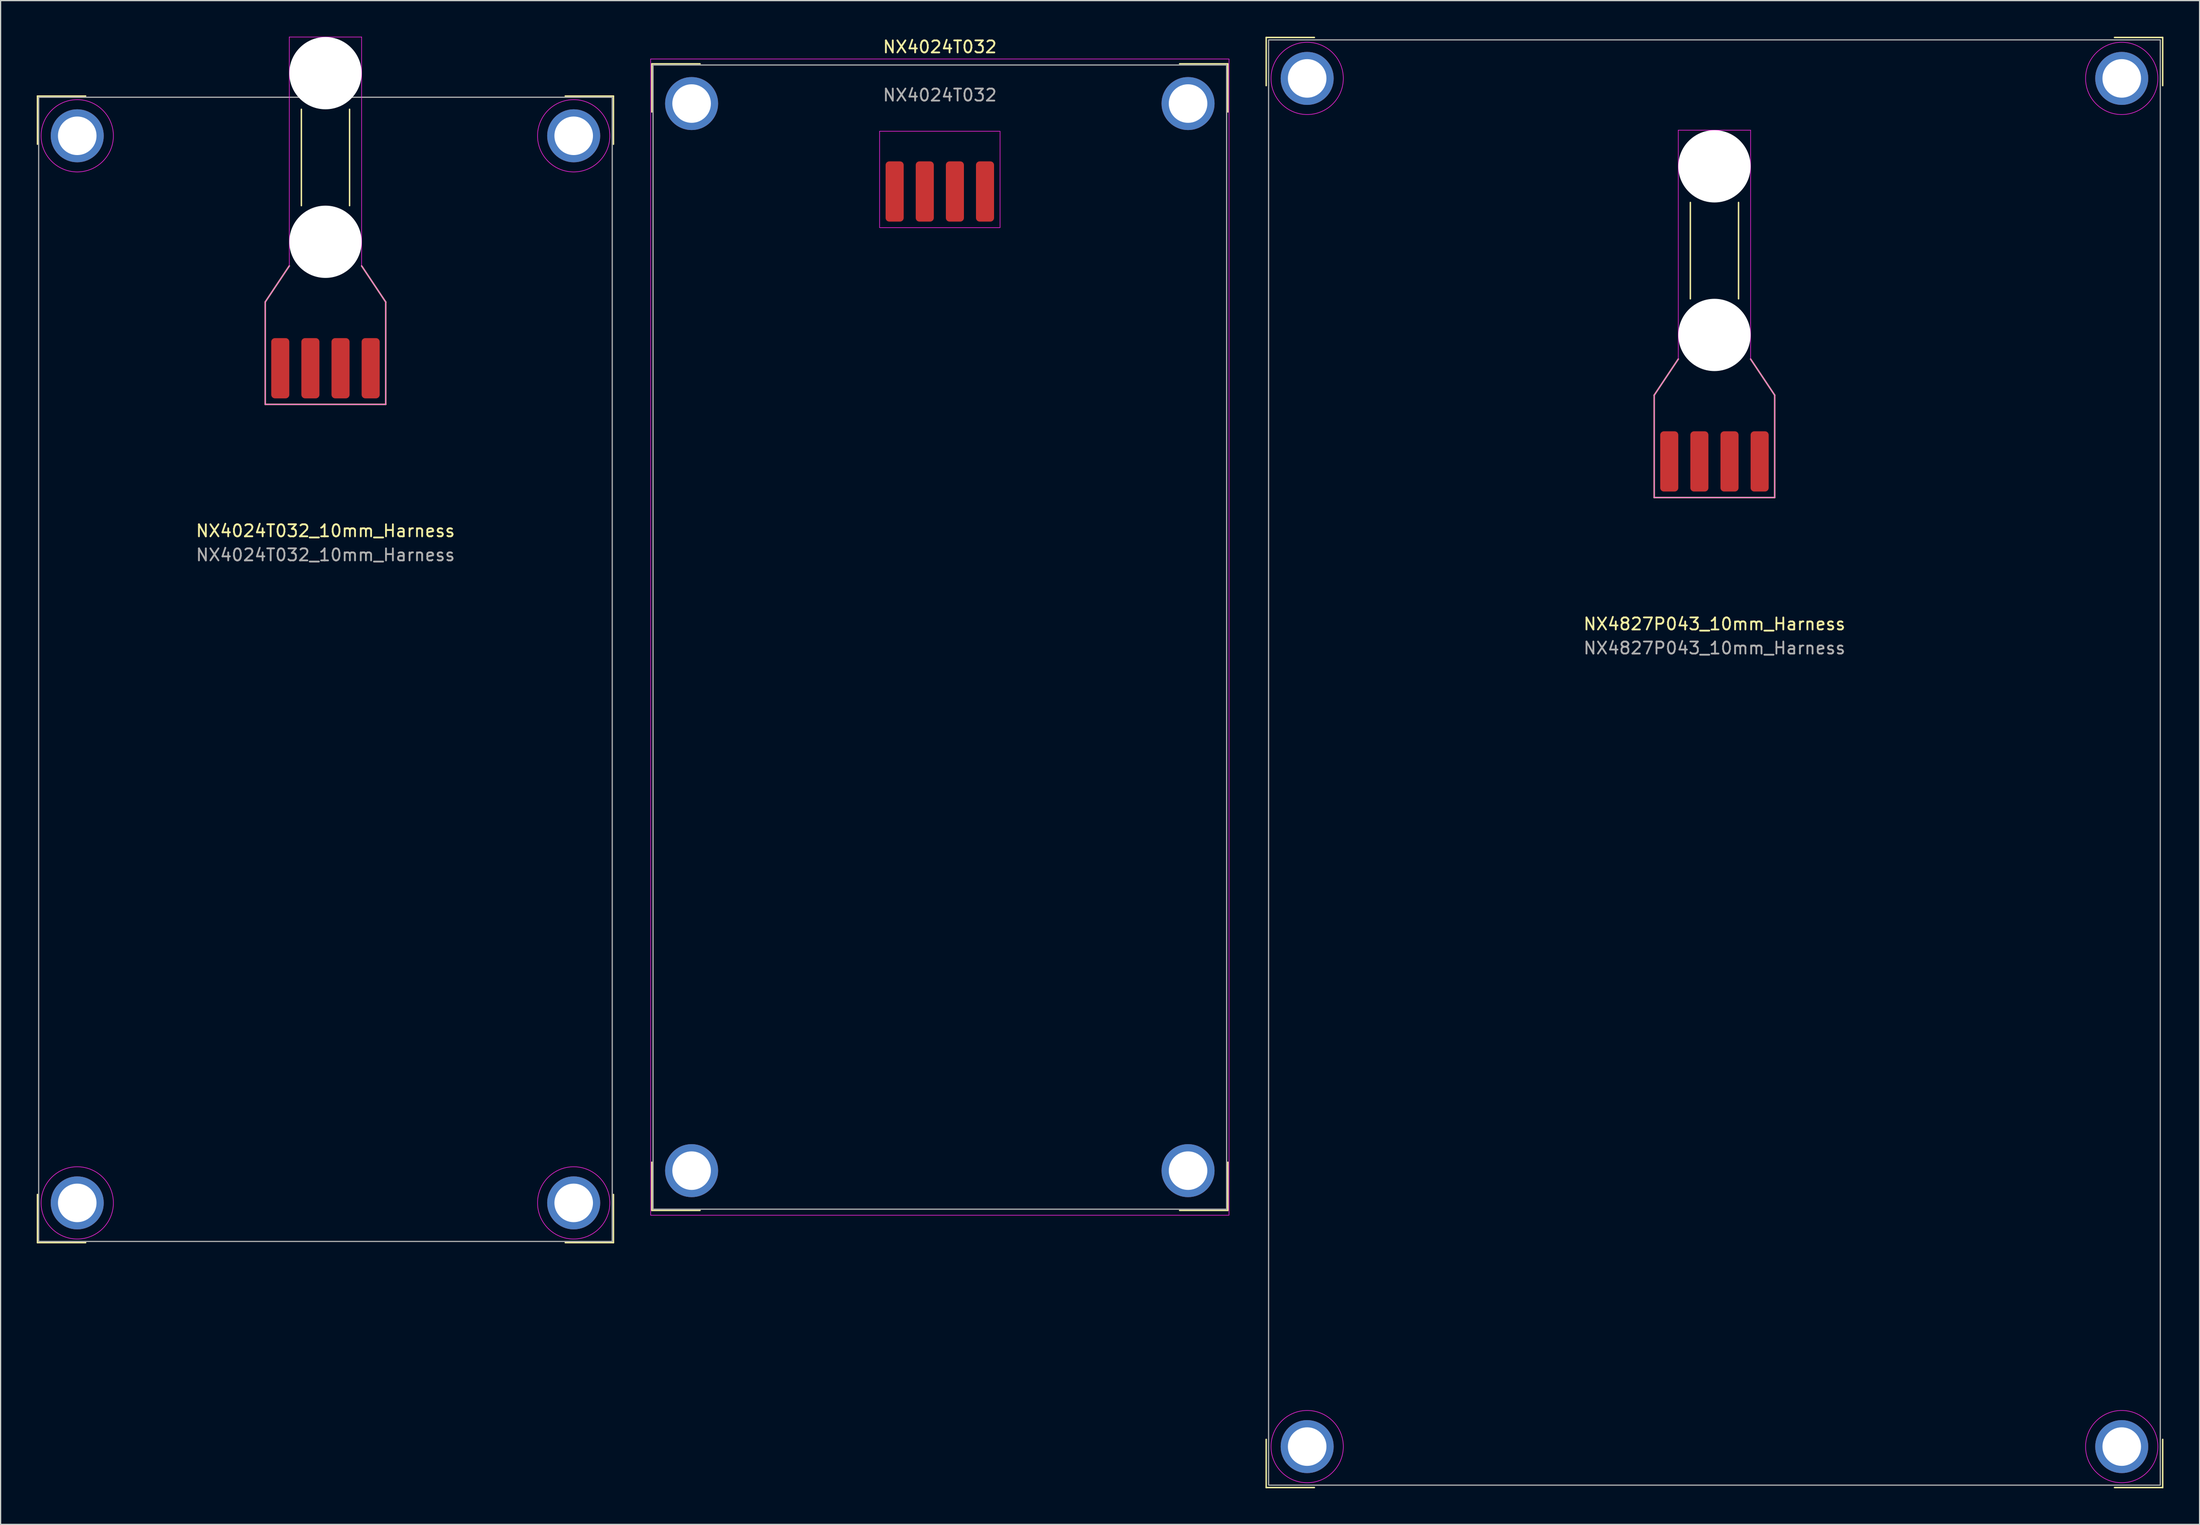
<source format=kicad_pcb>
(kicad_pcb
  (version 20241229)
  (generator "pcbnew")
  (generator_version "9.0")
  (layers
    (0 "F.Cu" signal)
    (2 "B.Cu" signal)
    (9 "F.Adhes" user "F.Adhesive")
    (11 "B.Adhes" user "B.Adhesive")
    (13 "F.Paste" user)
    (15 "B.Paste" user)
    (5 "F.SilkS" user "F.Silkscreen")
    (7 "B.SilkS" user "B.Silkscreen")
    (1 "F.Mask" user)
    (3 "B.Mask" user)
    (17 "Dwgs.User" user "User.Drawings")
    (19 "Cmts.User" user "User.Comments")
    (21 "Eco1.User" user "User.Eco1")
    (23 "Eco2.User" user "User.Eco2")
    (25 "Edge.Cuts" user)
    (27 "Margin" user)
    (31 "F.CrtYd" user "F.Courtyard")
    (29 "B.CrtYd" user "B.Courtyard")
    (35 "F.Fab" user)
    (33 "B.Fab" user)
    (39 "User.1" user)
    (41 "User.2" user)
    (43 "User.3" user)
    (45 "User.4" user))
  (footprint "NX4827P043_10mm_Harness"
    (layer "F.Cu")
    (at 139.23 60.26)
    (property "Reference" "NX4827P043_10mm_Harness" (at 0 -11.5 180) (layer "F.SilkS") (effects (font (size 1 1) (thickness 0.15))))
    (attr through_hole)
    (fp_line (start -37.2 -60.2) (end -37.2 -56.2) (stroke (width 0.12) (type solid)) (layer "F.SilkS"))
    (fp_line (start -37.2 -60.2) (end -33.2 -60.2) (stroke (width 0.12) (type solid)) (layer "F.SilkS"))
    (fp_line (start -37.2 60.2) (end -37.2 56.2) (stroke (width 0.12) (type solid)) (layer "F.SilkS"))
    (fp_line (start -37.2 60.2) (end -33.2 60.2) (stroke (width 0.12) (type solid)) (layer "F.SilkS"))
    (fp_line (start -5 -30.5) (end -5 -22) (stroke (width 0.12) (type solid)) (layer "F.SilkS"))
    (fp_line (start -5 -22) (end 5 -22) (stroke (width 0.12) (type solid)) (layer "F.SilkS"))
    (fp_line (start -3 -33.5) (end -5 -30.5) (stroke (width 0.12) (type solid)) (layer "F.SilkS"))
    (fp_line (start -2 -46.5) (end -2 -38.5) (stroke (width 0.12) (type solid)) (layer "F.SilkS"))
    (fp_line (start 2 -46.5) (end 2 -38.5) (stroke (width 0.12) (type solid)) (layer "F.SilkS"))
    (fp_line (start 5 -30.5) (end 3 -33.5) (stroke (width 0.12) (type solid)) (layer "F.SilkS"))
    (fp_line (start 5 -22) (end 5 -30.5) (stroke (width 0.12) (type solid)) (layer "F.SilkS"))
    (fp_line (start 37.2 -60.2) (end 33.2 -60.2) (stroke (width 0.12) (type solid)) (layer "F.SilkS"))
    (fp_line (start 37.2 -60.2) (end 37.2 -56.2) (stroke (width 0.12) (type solid)) (layer "F.SilkS"))
    (fp_line (start 37.2 60.2) (end 33.2 60.2) (stroke (width 0.12) (type solid)) (layer "F.SilkS"))
    (fp_line (start 37.2 60.2) (end 37.2 56.2) (stroke (width 0.12) (type solid)) (layer "F.SilkS"))
    (fp_line (start -5 -30.5) (end -3 -33.5) (stroke (width 0.05) (type solid)) (layer "F.CrtYd"))
    (fp_line (start -5 -22) (end -5 -30.5) (stroke (width 0.05) (type solid)) (layer "F.CrtYd"))
    (fp_line (start -3 -52.5) (end 3 -52.5) (stroke (width 0.05) (type solid)) (layer "F.CrtYd"))
    (fp_line (start -3 -33.5) (end -3 -52.5) (stroke (width 0.05) (type solid)) (layer "F.CrtYd"))
    (fp_line (start 3 -52.5) (end 3 -33.5) (stroke (width 0.05) (type solid)) (layer "F.CrtYd"))
    (fp_line (start 3 -33.5) (end 5 -30.5) (stroke (width 0.05) (type solid)) (layer "F.CrtYd"))
    (fp_line (start 5 -30.5) (end 5 -22) (stroke (width 0.05) (type solid)) (layer "F.CrtYd"))
    (fp_line (start 5 -22) (end -5 -22) (stroke (width 0.05) (type solid)) (layer "F.CrtYd"))
    (fp_circle (center -33.8 -56.8) (end -30.8 -56.8) (stroke (width 0.05) (type solid)) (fill no) (layer "F.CrtYd"))
    (fp_circle (center -33.8 56.8) (end -30.8 56.8) (stroke (width 0.05) (type solid)) (fill no) (layer "F.CrtYd"))
    (fp_circle (center 33.8 -56.8) (end 36.8 -56.8) (stroke (width 0.05) (type solid)) (fill no) (layer "F.CrtYd"))
    (fp_circle (center 33.8 56.8) (end 36.8 56.8) (stroke (width 0.05) (type solid)) (fill no) (layer "F.CrtYd"))
    (fp_rect (start -37 -60) (end 37 60) (stroke (width 0.1) (type solid)) (fill no) (layer "F.Fab"))
    (fp_rect (start -33.6 -52.75) (end 33.6 52.75) (stroke (width 0.15) (type solid)) (fill no) (layer "User.3"))
    (fp_rect (start -26.93 -47.52) (end 26.93 47.52) (stroke (width 0.2) (type solid)) (fill no) (layer "User.6"))
    (fp_text user "${REFERENCE}" (at 0 -9.5 180) (layer "F.Fab") (effects (font (size 1 1) (thickness 0.15))))
    (fp_text user "BEZEL" (at 0 50.4 0) (unlocked yes) (layer "User.3") (effects (font (size 2 2) (thickness 0.15))))
    (fp_text user "DISPLAY AREA" (at 0 -1.7 0) (unlocked yes) (layer "User.6") (effects (font (size 2 2) (thickness 0.15))))
    (fp_text user "4.3\" 272x480" (at 0 1 0) (unlocked yes) (layer "User.6") (effects (font (size 1.5 1.5) (thickness 0.15))))
    (pad "" np_thru_hole circle (at 0 -49.5) (size 6 6) (drill 6) (layers "*.Cu" "*.Mask"))
    (pad "" np_thru_hole circle (at 0 -35.5) (size 6 6) (drill 6) (layers "*.Cu" "*.Mask"))
    (pad "1" smd roundrect (at -3.75 -25) (size 1.5 5) (layers "F.Cu" "F.Mask" "F.Paste") (roundrect_rratio 0.2))
    (pad "2" smd roundrect (at -1.25 -25) (size 1.5 5) (layers "F.Cu" "F.Mask" "F.Paste") (roundrect_rratio 0.2))
    (pad "3" smd roundrect (at 1.25 -25) (size 1.5 5) (layers "F.Cu" "F.Mask" "F.Paste") (roundrect_rratio 0.2))
    (pad "4" thru_hole circle (at -33.8 -56.8) (size 4.4 4.4) (drill 3.2) (layers "*.Cu" "*.Mask"))
    (pad "4" thru_hole circle (at -33.8 56.8) (size 4.4 4.4) (drill 3.2) (layers "*.Cu" "*.Mask"))
    (pad "4" smd roundrect (at 3.75 -25) (size 1.5 5) (layers "F.Cu" "F.Mask" "F.Paste") (roundrect_rratio 0.2))
    (pad "4" thru_hole circle (at 33.8 -56.8) (size 4.4 4.4) (drill 3.2) (layers "*.Cu" "*.Mask"))
    (pad "4" thru_hole circle (at 33.8 56.8) (size 4.4 4.4) (drill 3.2) (layers "*.Cu" "*.Mask")))
  (footprint "NX4024T032_10mm_Harness"
    (layer "F.Cu")
    (at 23.96 52.525)
    (property "Reference" "NX4024T032_10mm_Harness" (at 0 -11.5 180) (layer "F.SilkS") (effects (font (size 1 1) (thickness 0.15))))
    (attr through_hole)
    (fp_line (start -23.9 -47.6) (end -23.9 -43.6) (stroke (width 0.12) (type solid)) (layer "F.SilkS"))
    (fp_line (start -23.9 -47.6) (end -19.9 -47.6) (stroke (width 0.12) (type solid)) (layer "F.SilkS"))
    (fp_line (start -23.9 47.6) (end -23.9 43.6) (stroke (width 0.12) (type solid)) (layer "F.SilkS"))
    (fp_line (start -23.9 47.6) (end -19.9 47.6) (stroke (width 0.12) (type solid)) (layer "F.SilkS"))
    (fp_line (start -5 -30.5) (end -5 -22) (stroke (width 0.12) (type solid)) (layer "F.SilkS"))
    (fp_line (start -5 -22) (end 5 -22) (stroke (width 0.12) (type solid)) (layer "F.SilkS"))
    (fp_line (start -3 -33.5) (end -5 -30.5) (stroke (width 0.12) (type solid)) (layer "F.SilkS"))
    (fp_line (start -2 -46.5) (end -2 -38.5) (stroke (width 0.12) (type solid)) (layer "F.SilkS"))
    (fp_line (start 2 -46.5) (end 2 -38.5) (stroke (width 0.12) (type solid)) (layer "F.SilkS"))
    (fp_line (start 5 -30.5) (end 3 -33.5) (stroke (width 0.12) (type solid)) (layer "F.SilkS"))
    (fp_line (start 5 -22) (end 5 -30.5) (stroke (width 0.12) (type solid)) (layer "F.SilkS"))
    (fp_line (start 23.9 -47.6) (end 19.9 -47.6) (stroke (width 0.12) (type solid)) (layer "F.SilkS"))
    (fp_line (start 23.9 -47.6) (end 23.9 -43.6) (stroke (width 0.12) (type solid)) (layer "F.SilkS"))
    (fp_line (start 23.9 47.6) (end 19.9 47.6) (stroke (width 0.12) (type solid)) (layer "F.SilkS"))
    (fp_line (start 23.9 47.6) (end 23.9 43.6) (stroke (width 0.12) (type solid)) (layer "F.SilkS"))
    (fp_line (start -5 -30.5) (end -3 -33.5) (stroke (width 0.05) (type solid)) (layer "F.CrtYd"))
    (fp_line (start -5 -22) (end -5 -30.5) (stroke (width 0.05) (type solid)) (layer "F.CrtYd"))
    (fp_line (start -3 -52.5) (end 3 -52.5) (stroke (width 0.05) (type solid)) (layer "F.CrtYd"))
    (fp_line (start -3 -33.5) (end -3 -52.5) (stroke (width 0.05) (type solid)) (layer "F.CrtYd"))
    (fp_line (start 3 -52.5) (end 3 -33.5) (stroke (width 0.05) (type solid)) (layer "F.CrtYd"))
    (fp_line (start 3 -33.5) (end 5 -30.5) (stroke (width 0.05) (type solid)) (layer "F.CrtYd"))
    (fp_line (start 5 -30.5) (end 5 -22) (stroke (width 0.05) (type solid)) (layer "F.CrtYd"))
    (fp_line (start 5 -22) (end -5 -22) (stroke (width 0.05) (type solid)) (layer "F.CrtYd"))
    (fp_circle (center -20.6 -44.3) (end -17.6 -44.3) (stroke (width 0.05) (type solid)) (fill no) (layer "F.CrtYd"))
    (fp_circle (center -20.6 44.3) (end -17.6 44.3) (stroke (width 0.05) (type solid)) (fill no) (layer "F.CrtYd"))
    (fp_circle (center 20.6 -44.3) (end 23.6 -44.3) (stroke (width 0.05) (type solid)) (fill no) (layer "F.CrtYd"))
    (fp_circle (center 20.6 44.3) (end 23.6 44.3) (stroke (width 0.05) (type solid)) (fill no) (layer "F.CrtYd"))
    (fp_rect (start -23.8 -47.5) (end 23.8 47.5) (stroke (width 0.1) (type solid)) (fill no) (layer "F.Fab"))
    (fp_rect (start -23.8 -40.45) (end 23.8 40.45) (stroke (width 0.15) (type solid)) (fill no) (layer "User.3"))
    (fp_rect (start -20.88 -37.83) (end 20.88 32.07) (stroke (width 0.2) (type solid)) (fill no) (layer "User.6"))
    (fp_text user "${REFERENCE}" (at 0 -9.5 180) (layer "F.Fab") (effects (font (size 1 1) (thickness 0.15))))
    (fp_text user "BEZEL" (at 0 35.6 0) (unlocked yes) (layer "User.3") (effects (font (size 2 2) (thickness 0.15))))
    (fp_text user "3.2\" 240x400" (at 0 1 0) (unlocked yes) (layer "User.6") (effects (font (size 1.5 1.5) (thickness 0.15))))
    (fp_text user "DISPLAY AREA" (at 0 -1.7 0) (unlocked yes) (layer "User.6") (effects (font (size 2 2) (thickness 0.15))))
    (pad "" np_thru_hole circle (at 0 -49.5) (size 6 6) (drill 6) (layers "*.Cu" "*.Mask"))
    (pad "" np_thru_hole circle (at 0 -35.5) (size 6 6) (drill 6) (layers "*.Cu" "*.Mask"))
    (pad "1" smd roundrect (at -3.75 -25) (size 1.5 5) (layers "F.Cu" "F.Mask" "F.Paste") (roundrect_rratio 0.2))
    (pad "2" smd roundrect (at -1.25 -25) (size 1.5 5) (layers "F.Cu" "F.Mask" "F.Paste") (roundrect_rratio 0.2))
    (pad "3" smd roundrect (at 1.25 -25) (size 1.5 5) (layers "F.Cu" "F.Mask" "F.Paste") (roundrect_rratio 0.2))
    (pad "4" smd roundrect (at 3.75 -25) (size 1.5 5) (layers "F.Cu" "F.Mask" "F.Paste") (roundrect_rratio 0.2))
    (pad "M" thru_hole circle (at -20.6 -44.3) (size 4.4 4.4) (drill 3.2) (layers "*.Cu" "*.Mask"))
    (pad "M" thru_hole circle (at -20.6 44.3) (size 4.4 4.4) (drill 3.2) (layers "*.Cu" "*.Mask"))
    (pad "M" thru_hole circle (at 20.6 -44.3) (size 4.4 4.4) (drill 3.2) (layers "*.Cu" "*.Mask"))
    (pad "M" thru_hole circle (at 20.6 44.3) (size 4.4 4.4) (drill 3.2) (layers "*.Cu" "*.Mask")))
  (footprint "NX4024T032"
    (layer "F.Cu")
    (at 74.945 49.848)
    (property "Reference" "NX4024T032" (at 0 -49 180) (layer "F.SilkS") (effects (font (size 1 1) (thickness 0.15))))
    (attr through_hole)
    (fp_line (start -23.9 -47.6) (end -23.9 -43.6) (stroke (width 0.12) (type solid)) (layer "F.SilkS"))
    (fp_line (start -23.9 -47.6) (end -19.9 -47.6) (stroke (width 0.12) (type solid)) (layer "F.SilkS"))
    (fp_line (start -23.9 47.6) (end -23.9 43.6) (stroke (width 0.12) (type solid)) (layer "F.SilkS"))
    (fp_line (start -23.9 47.6) (end -19.9 47.6) (stroke (width 0.12) (type solid)) (layer "F.SilkS"))
    (fp_line (start 23.9 -47.6) (end 19.9 -47.6) (stroke (width 0.12) (type solid)) (layer "F.SilkS"))
    (fp_line (start 23.9 -47.6) (end 23.9 -43.6) (stroke (width 0.12) (type solid)) (layer "F.SilkS"))
    (fp_line (start 23.9 47.6) (end 19.9 47.6) (stroke (width 0.12) (type solid)) (layer "F.SilkS"))
    (fp_line (start 23.9 47.6) (end 23.9 43.6) (stroke (width 0.12) (type solid)) (layer "F.SilkS"))
    (fp_rect (start -24 -48) (end 24 48) (stroke (width 0.05) (type solid)) (fill no) (layer "F.CrtYd"))
    (fp_rect (start -5 -42) (end 5 -34) (stroke (width 0.05) (type solid)) (fill no) (layer "F.CrtYd"))
    (fp_rect (start -23.8 -47.5) (end 23.8 47.5) (stroke (width 0.1) (type solid)) (fill no) (layer "F.Fab"))
    (fp_rect (start -23.8 -40.45) (end 23.8 40.45) (stroke (width 0.15) (type solid)) (fill no) (layer "User.3"))
    (fp_rect (start -20.88 -37.83) (end 20.88 32.07) (stroke (width 0.2) (type solid)) (fill no) (layer "User.6"))
    (fp_text user "${REFERENCE}" (at 0 -45 180) (layer "F.Fab") (effects (font (size 1 1) (thickness 0.15))))
    (fp_text user "BEZEL" (at 0 35.6 0) (unlocked yes) (layer "User.3") (effects (font (size 2 2) (thickness 0.15))))
    (fp_text user "DISPLAY AREA" (at 0 -1.7 0) (unlocked yes) (layer "User.6") (effects (font (size 2 2) (thickness 0.15))))
    (fp_text user "3.2\" 240x400" (at 0 1 0) (unlocked yes) (layer "User.6") (effects (font (size 1.5 1.5) (thickness 0.15))))
    (pad "1" smd roundrect (at -3.75 -37) (size 1.5 5) (layers "F.Cu" "F.Mask" "F.Paste") (roundrect_rratio 0.2))
    (pad "2" smd roundrect (at -1.25 -37) (size 1.5 5) (layers "F.Cu" "F.Mask" "F.Paste") (roundrect_rratio 0.2))
    (pad "3" smd roundrect (at 1.25 -37) (size 1.5 5) (layers "F.Cu" "F.Mask" "F.Paste") (roundrect_rratio 0.2))
    (pad "4" smd roundrect (at 3.75 -37) (size 1.5 5) (layers "F.Cu" "F.Mask" "F.Paste") (roundrect_rratio 0.2))
    (pad "M" thru_hole circle (at -20.6 -44.3) (size 4.4 4.4) (drill 3.2) (layers "*.Cu" "*.Mask"))
    (pad "M" thru_hole circle (at -20.6 44.3) (size 4.4 4.4) (drill 3.2) (layers "*.Cu" "*.Mask"))
    (pad "M" thru_hole circle (at 20.6 -44.3) (size 4.4 4.4) (drill 3.2) (layers "*.Cu" "*.Mask"))
    (pad "M" thru_hole circle (at 20.6 44.3) (size 4.4 4.4) (drill 3.2) (layers "*.Cu" "*.Mask")))
  (gr_rect
    (start -3 -3)
    (end 179.49 123.52)
    (stroke (width 0.1) (type default))
    (fill no)
    (layer "Edge.Cuts")))
</source>
